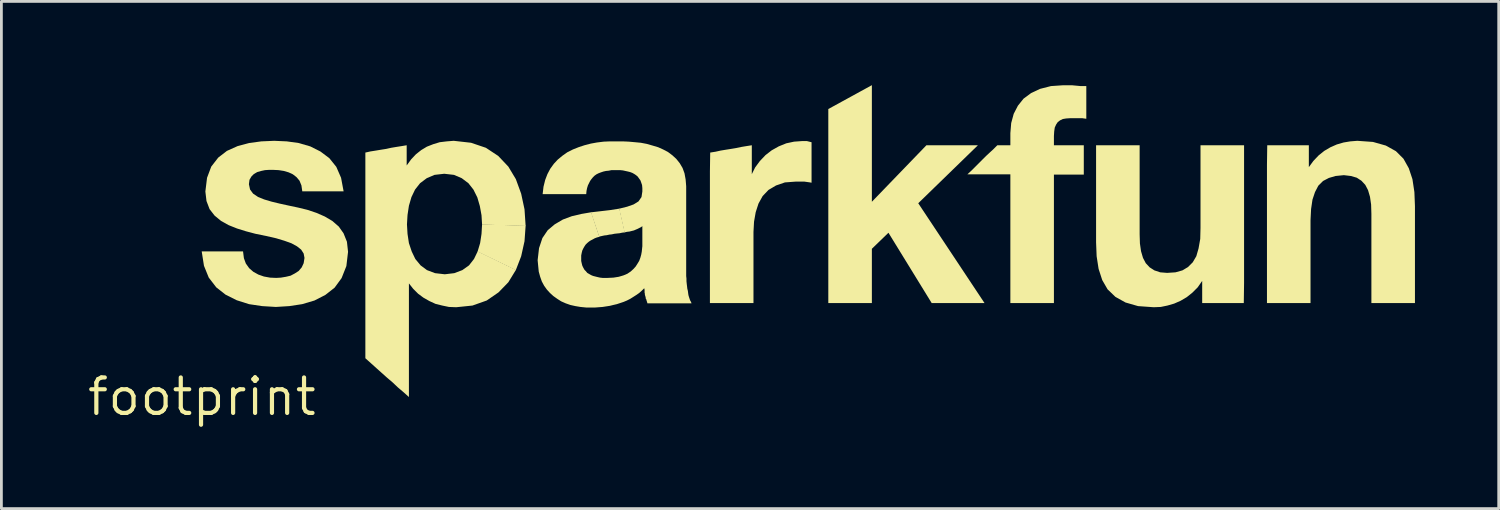
<source format=kicad_pcb>
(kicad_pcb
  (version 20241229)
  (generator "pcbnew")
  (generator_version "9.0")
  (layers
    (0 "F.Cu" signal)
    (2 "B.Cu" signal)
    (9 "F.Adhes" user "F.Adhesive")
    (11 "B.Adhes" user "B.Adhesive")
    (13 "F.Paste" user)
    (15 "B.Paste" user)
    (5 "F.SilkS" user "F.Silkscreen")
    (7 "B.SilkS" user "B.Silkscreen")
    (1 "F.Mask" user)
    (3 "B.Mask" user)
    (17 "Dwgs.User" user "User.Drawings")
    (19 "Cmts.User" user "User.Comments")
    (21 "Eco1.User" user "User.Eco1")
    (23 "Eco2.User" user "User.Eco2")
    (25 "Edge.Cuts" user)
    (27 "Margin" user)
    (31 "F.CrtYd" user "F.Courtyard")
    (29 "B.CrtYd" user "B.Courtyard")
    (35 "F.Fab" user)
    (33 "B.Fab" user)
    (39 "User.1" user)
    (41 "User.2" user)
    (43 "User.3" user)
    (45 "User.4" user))
  (footprint "footprint"
    (layer "F.Cu")
    (at 4.18 11.158)
    (property "Reference" "footprint" (at 0 0 0) (layer "F.SilkS") (effects (font (size 1.27 1.27) (thickness 0.15))))
    (fp_poly (pts (xy 11.595 -6.125) (xy 11.555 -5.569) (xy 11.435 -5.029) (xy 11.243 -4.533) (xy 9.874 -5.197) (xy 9.965 -5.501) (xy 10.015 -5.831) (xy 10.035 -6.175)) (stroke (width 0) (type solid)) (fill yes) (layer "F.SilkS"))
    (fp_poly (pts (xy 23.995 -6.982) (xy 25.948 -9.005) (xy 27.792 -9.005) (xy 25.656 -6.929) (xy 28.029 -3.355) (xy 26.137 -3.355) (xy 24.589 -5.872) (xy 23.995 -5.298) (xy 23.995 -3.355) (xy 22.435 -3.355) (xy 22.435 -10.303) (xy 23.995 -11.158)) (stroke (width 0) (type solid)) (fill yes) (layer "F.SilkS"))
    (fp_poly (pts (xy 14.954 -6.736) (xy 15.146 -5.886) (xy 15.051 -5.875) (xy 14.961 -5.855) (xy 14.86 -5.845) (xy 14.771 -5.835) (xy 14.681 -5.815) (xy 14.591 -5.805) (xy 14.501 -5.785) (xy 14.411 -5.775) (xy 14.321 -5.755) (xy 14.227 -5.734) (xy 13.933 -6.604) (xy 14.289 -6.645) (xy 14.629 -6.685)) (stroke (width 0) (type solid)) (fill yes) (layer "F.SilkS"))
    (fp_poly (pts (xy 21.711 -9.145) (xy 21.791 -9.125) (xy 21.835 -9.114) (xy 21.835 -7.664) (xy 21.779 -7.675) (xy 21.57 -7.705) (xy 21.28 -7.705) (xy 20.881 -7.675) (xy 20.562 -7.565) (xy 20.293 -7.406) (xy 20.084 -7.187) (xy 19.935 -6.918) (xy 19.835 -6.609) (xy 19.775 -6.269) (xy 19.755 -5.9) (xy 19.755 -3.355) (xy 18.195 -3.355) (xy 18.195 -8.07) (xy 18.205 -8.744) (xy 18.399 -8.775) (xy 18.579 -8.815) (xy 18.759 -8.845) (xy 18.949 -8.875) (xy 19.129 -8.905) (xy 19.319 -8.945) (xy 19.499 -8.975) (xy 19.695 -9.006) (xy 19.695 -7.971) (xy 19.816 -8.213) (xy 19.986 -8.443) (xy 20.187 -8.654) (xy 20.407 -8.824) (xy 20.658 -8.965) (xy 20.929 -9.075) (xy 21.209 -9.135) (xy 21.49 -9.155) (xy 21.671 -9.155)) (stroke (width 0) (type solid)) (fill yes) (layer "F.SilkS"))
    (fp_poly (pts (xy 31.26 -11.145) (xy 31.37 -11.135) (xy 31.47 -11.125) (xy 31.675 -11.125) (xy 31.675 -9.954) (xy 31.599 -9.965) (xy 31.53 -9.975) (xy 31.1 -9.975) (xy 30.951 -9.965) (xy 30.832 -9.945) (xy 30.733 -9.896) (xy 30.654 -9.837) (xy 30.594 -9.748) (xy 30.545 -9.639) (xy 30.525 -9.499) (xy 30.515 -9.34) (xy 30.515 -9.005) (xy 31.585 -9.005) (xy 31.585 -7.955) (xy 30.515 -7.955) (xy 30.515 -3.355) (xy 28.955 -3.355) (xy 28.955 -7.965) (xy 27.417 -7.965) (xy 27.567 -8.104) (xy 27.956 -8.494) (xy 28.087 -8.624) (xy 28.227 -8.754) (xy 28.357 -8.874) (xy 28.488 -9.005) (xy 28.955 -9.005) (xy 28.955 -9.44) (xy 28.985 -9.801) (xy 29.075 -10.132) (xy 29.226 -10.423) (xy 29.427 -10.674) (xy 29.697 -10.874) (xy 30.018 -11.025) (xy 30.409 -11.125) (xy 30.85 -11.155) (xy 31.16 -11.155)) (stroke (width 0) (type solid)) (fill yes) (layer "F.SilkS"))
    (fp_poly (pts (xy 33.585 -5.82) (xy 33.595 -5.49) (xy 33.635 -5.211) (xy 33.705 -4.972) (xy 33.804 -4.783) (xy 33.943 -4.634) (xy 34.112 -4.525) (xy 34.321 -4.455) (xy 34.57 -4.435) (xy 34.869 -4.455) (xy 35.118 -4.525) (xy 35.317 -4.644) (xy 35.486 -4.813) (xy 35.615 -5.032) (xy 35.695 -5.311) (xy 35.755 -5.651) (xy 35.765 -6.05) (xy 35.765 -9.005) (xy 37.325 -9.005) (xy 37.325 -4.07) (xy 37.315 -3.355) (xy 35.825 -3.355) (xy 35.825 -4.145) (xy 35.823 -4.145) (xy 35.664 -3.917) (xy 35.473 -3.726) (xy 35.273 -3.566) (xy 35.052 -3.436) (xy 34.822 -3.335) (xy 34.581 -3.265) (xy 34.341 -3.215) (xy 34.09 -3.205) (xy 33.529 -3.245) (xy 33.078 -3.375) (xy 32.717 -3.576) (xy 32.436 -3.847) (xy 32.245 -4.178) (xy 32.115 -4.579) (xy 32.045 -5.03) (xy 32.025 -5.53) (xy 32.025 -9.005) (xy 33.585 -9.005)) (stroke (width 0) (type solid)) (fill yes) (layer "F.SilkS"))
    (fp_poly (pts (xy 41.941 -9.125) (xy 42.402 -8.995) (xy 42.763 -8.794) (xy 43.034 -8.523) (xy 43.225 -8.182) (xy 43.355 -7.791) (xy 43.425 -7.33) (xy 43.445 -6.83) (xy 43.445 -3.355) (xy 41.885 -3.355) (xy 41.885 -6.55) (xy 41.875 -6.88) (xy 41.835 -7.159) (xy 41.765 -7.398) (xy 41.666 -7.587) (xy 41.527 -7.736) (xy 41.358 -7.845) (xy 41.149 -7.905) (xy 40.9 -7.935) (xy 40.601 -7.905) (xy 40.362 -7.835) (xy 40.153 -7.726) (xy 39.984 -7.557) (xy 39.865 -7.328) (xy 39.775 -7.059) (xy 39.725 -6.72) (xy 39.705 -6.32) (xy 39.705 -3.355) (xy 38.145 -3.355) (xy 38.145 -8.3) (xy 38.155 -9.005) (xy 39.645 -9.005) (xy 39.645 -8.225) (xy 39.647 -8.225) (xy 39.806 -8.443) (xy 39.997 -8.644) (xy 40.197 -8.804) (xy 40.418 -8.934) (xy 40.648 -9.035) (xy 40.889 -9.105) (xy 41.129 -9.145) (xy 41.38 -9.165)) (stroke (width 0) (type solid)) (fill yes) (layer "F.SilkS"))
    (fp_poly (pts (xy 9.641 -9.095) (xy 10.172 -8.915) (xy 10.613 -8.624) (xy 10.974 -8.243) (xy 11.245 -7.792) (xy 11.435 -7.271) (xy 11.555 -6.711) (xy 11.595 -6.115) (xy 10.035 -6.165) (xy 10.015 -6.499) (xy 9.955 -6.829) (xy 9.865 -7.138) (xy 9.726 -7.417) (xy 9.546 -7.646) (xy 9.307 -7.826) (xy 9.029 -7.945) (xy 8.68 -7.985) (xy 8.331 -7.945) (xy 8.053 -7.826) (xy 7.814 -7.646) (xy 7.634 -7.417) (xy 7.505 -7.148) (xy 7.415 -6.839) (xy 7.365 -6.509) (xy 7.345 -6.17) (xy 7.365 -5.831) (xy 7.415 -5.501) (xy 7.515 -5.202) (xy 7.644 -4.933) (xy 7.833 -4.704) (xy 8.062 -4.534) (xy 8.351 -4.425) (xy 8.7 -4.385) (xy 9.039 -4.425) (xy 9.328 -4.534) (xy 9.567 -4.704) (xy 9.746 -4.933) (xy 9.878 -5.207) (xy 11.247 -4.542) (xy 10.974 -4.097) (xy 10.623 -3.736) (xy 10.202 -3.446) (xy 9.691 -3.265) (xy 9.11 -3.205) (xy 8.849 -3.215) (xy 8.609 -3.265) (xy 8.368 -3.325) (xy 8.148 -3.426) (xy 7.937 -3.546) (xy 7.747 -3.686) (xy 7.566 -3.867) (xy 7.418 -4.055) (xy 7.415 -4.055) (xy 7.415 0.011) (xy 7.217 -0.166) (xy 7.017 -0.336) (xy 6.827 -0.516) (xy 6.627 -0.686) (xy 6.437 -0.856) (xy 6.247 -1.026) (xy 6.047 -1.206) (xy 5.855 -1.378) (xy 5.855 -8.744) (xy 6.039 -8.785) (xy 6.229 -8.815) (xy 6.409 -8.845) (xy 6.599 -8.875) (xy 6.779 -8.915) (xy 6.959 -8.945) (xy 7.149 -8.975) (xy 7.335 -9.006) (xy 7.335 -8.285) (xy 7.337 -8.285) (xy 7.496 -8.503) (xy 7.667 -8.684) (xy 7.857 -8.834) (xy 8.058 -8.955) (xy 8.288 -9.045) (xy 8.519 -9.115) (xy 8.77 -9.145) (xy 9.02 -9.165)) (stroke (width 0) (type solid)) (fill yes) (layer "F.SilkS"))
    (fp_poly (pts (xy 3.04 -9.145) (xy 3.471 -9.085) (xy 3.882 -8.965) (xy 4.243 -8.784) (xy 4.564 -8.544) (xy 4.814 -8.233) (xy 4.985 -7.841) (xy 5.076 -7.355) (xy 3.596 -7.355) (xy 3.565 -7.569) (xy 3.496 -7.737) (xy 3.387 -7.866) (xy 3.257 -7.966) (xy 3.108 -8.035) (xy 2.939 -8.085) (xy 2.749 -8.115) (xy 2.54 -8.125) (xy 2.41 -8.125) (xy 2.261 -8.115) (xy 2.121 -8.085) (xy 1.982 -8.045) (xy 1.863 -7.976) (xy 1.774 -7.887) (xy 1.705 -7.768) (xy 1.685 -7.61) (xy 1.725 -7.422) (xy 1.834 -7.274) (xy 2.012 -7.154) (xy 2.232 -7.065) (xy 2.501 -6.985) (xy 2.791 -6.915) (xy 3.111 -6.845) (xy 3.441 -6.775) (xy 3.771 -6.695) (xy 4.102 -6.585) (xy 4.402 -6.454) (xy 4.673 -6.294) (xy 4.904 -6.093) (xy 5.074 -5.852) (xy 5.195 -5.551) (xy 5.235 -5.19) (xy 5.175 -4.679) (xy 5.004 -4.248) (xy 4.754 -3.906) (xy 4.423 -3.646) (xy 4.032 -3.445) (xy 3.591 -3.315) (xy 3.131 -3.245) (xy 2.65 -3.215) (xy 2.159 -3.245) (xy 1.689 -3.315) (xy 1.248 -3.455) (xy 0.847 -3.656) (xy 0.516 -3.916) (xy 0.246 -4.267) (xy 0.075 -4.689) (xy -0.006 -5.205) (xy 1.474 -5.205) (xy 1.505 -4.961) (xy 1.574 -4.772) (xy 1.694 -4.603) (xy 1.843 -4.474) (xy 2.022 -4.375) (xy 2.221 -4.305) (xy 2.441 -4.265) (xy 2.66 -4.255) (xy 2.829 -4.265) (xy 3.009 -4.295) (xy 3.178 -4.335) (xy 3.327 -4.414) (xy 3.467 -4.504) (xy 3.576 -4.633) (xy 3.645 -4.781) (xy 3.675 -4.97) (xy 3.645 -5.128) (xy 3.556 -5.267) (xy 3.407 -5.386) (xy 3.208 -5.495) (xy 2.958 -5.585) (xy 2.659 -5.675) (xy 2.309 -5.755) (xy 1.919 -5.835) (xy 1.579 -5.925) (xy 1.258 -6.025) (xy 0.958 -6.145) (xy 0.687 -6.296) (xy 0.456 -6.486) (xy 0.276 -6.718) (xy 0.165 -7.009) (xy 0.125 -7.35) (xy 0.185 -7.841) (xy 0.336 -8.242) (xy 0.586 -8.564) (xy 0.897 -8.804) (xy 1.278 -8.975) (xy 1.689 -9.085) (xy 2.13 -9.145) (xy 2.59 -9.165)) (stroke (width 0) (type solid)) (fill yes) (layer "F.SilkS"))
    (fp_poly (pts (xy 15.29 -9.135) (xy 15.51 -9.115) (xy 15.721 -9.095) (xy 15.931 -9.055) (xy 16.141 -8.995) (xy 16.342 -8.935) (xy 16.522 -8.854) (xy 16.693 -8.764) (xy 16.853 -8.644) (xy 16.994 -8.513) (xy 17.114 -8.363) (xy 17.215 -8.192) (xy 17.285 -8.001) (xy 17.325 -7.781) (xy 17.345 -7.54) (xy 17.345 -4.32) (xy 17.355 -4.23) (xy 17.355 -4.14) (xy 17.365 -4.041) (xy 17.375 -3.961) (xy 17.385 -3.871) (xy 17.405 -3.791) (xy 17.415 -3.711) (xy 17.425 -3.641) (xy 17.445 -3.571) (xy 17.485 -3.452) (xy 17.514 -3.402) (xy 17.537 -3.345) (xy 15.956 -3.345) (xy 15.945 -3.389) (xy 15.935 -3.418) (xy 15.925 -3.449) (xy 15.915 -3.488) (xy 15.895 -3.518) (xy 15.895 -3.549) (xy 15.885 -3.589) (xy 15.875 -3.619) (xy 15.865 -3.659) (xy 15.865 -3.689) (xy 15.855 -3.729) (xy 15.855 -3.829) (xy 15.845 -3.869) (xy 15.845 -3.888) (xy 15.763 -3.806) (xy 15.663 -3.716) (xy 15.563 -3.646) (xy 15.453 -3.576) (xy 15.342 -3.506) (xy 15.222 -3.445) (xy 15.102 -3.395) (xy 14.982 -3.355) (xy 14.861 -3.315) (xy 14.731 -3.285) (xy 14.611 -3.255) (xy 14.481 -3.235) (xy 14.351 -3.215) (xy 14.22 -3.205) (xy 14.09 -3.195) (xy 13.76 -3.195) (xy 13.559 -3.215) (xy 13.379 -3.245) (xy 13.199 -3.285) (xy 13.028 -3.345) (xy 12.868 -3.416) (xy 12.727 -3.506) (xy 12.587 -3.606) (xy 12.466 -3.716) (xy 12.356 -3.837) (xy 12.256 -3.977) (xy 12.175 -4.128) (xy 12.115 -4.298) (xy 12.065 -4.479) (xy 12.045 -4.68) (xy 12.025 -4.89) (xy 12.075 -5.321) (xy 12.195 -5.682) (xy 12.386 -5.963) (xy 12.637 -6.174) (xy 12.928 -6.345) (xy 13.249 -6.465) (xy 13.589 -6.545) (xy 13.943 -6.606) (xy 14.236 -5.726) (xy 14.151 -5.705) (xy 14.072 -5.675) (xy 14.002 -5.636) (xy 13.923 -5.596) (xy 13.863 -5.556) (xy 13.803 -5.506) (xy 13.744 -5.447) (xy 13.704 -5.387) (xy 13.664 -5.318) (xy 13.625 -5.238) (xy 13.605 -5.159) (xy 13.585 -5.06) (xy 13.585 -4.861) (xy 13.605 -4.771) (xy 13.625 -4.692) (xy 13.664 -4.612) (xy 13.704 -4.543) (xy 13.754 -4.493) (xy 13.803 -4.434) (xy 13.942 -4.354) (xy 14.012 -4.325) (xy 14.171 -4.285) (xy 14.261 -4.265) (xy 14.35 -4.255) (xy 14.53 -4.255) (xy 14.739 -4.265) (xy 14.929 -4.295) (xy 15.098 -4.345) (xy 15.238 -4.404) (xy 15.357 -4.484) (xy 15.456 -4.574) (xy 15.536 -4.663) (xy 15.606 -4.773) (xy 15.665 -4.872) (xy 15.705 -4.982) (xy 15.735 -5.091) (xy 15.755 -5.201) (xy 15.765 -5.301) (xy 15.775 -5.39) (xy 15.775 -6.11) (xy 15.733 -6.076) (xy 15.672 -6.046) (xy 15.612 -6.015) (xy 15.542 -5.985) (xy 15.472 -5.955) (xy 15.391 -5.935) (xy 15.311 -5.915) (xy 15.221 -5.905) (xy 15.136 -5.884) (xy 14.944 -6.734) (xy 15.229 -6.805) (xy 15.458 -6.885) (xy 15.636 -6.994) (xy 15.745 -7.152) (xy 15.775 -7.35) (xy 15.775 -7.47) (xy 15.765 -7.579) (xy 15.735 -7.668) (xy 15.706 -7.748) (xy 15.606 -7.887) (xy 15.547 -7.936) (xy 15.487 -7.976) (xy 15.418 -8.015) (xy 15.339 -8.045) (xy 15.259 -8.065) (xy 15.079 -8.105) (xy 14.98 -8.115) (xy 14.67 -8.115) (xy 14.571 -8.095) (xy 14.471 -8.085) (xy 14.381 -8.065) (xy 14.292 -8.035) (xy 14.212 -8.005) (xy 14.133 -7.966) (xy 14.063 -7.916) (xy 14.004 -7.857) (xy 13.954 -7.797) (xy 13.904 -7.727) (xy 13.825 -7.568) (xy 13.795 -7.469) (xy 13.775 -7.369) (xy 13.765 -7.255) (xy 12.204 -7.255) (xy 12.235 -7.521) (xy 12.295 -7.762) (xy 12.375 -7.972) (xy 12.476 -8.163) (xy 12.606 -8.343) (xy 12.747 -8.494) (xy 12.917 -8.634) (xy 13.087 -8.754) (xy 13.288 -8.855) (xy 13.488 -8.935) (xy 13.699 -9.005) (xy 13.929 -9.065) (xy 14.149 -9.105) (xy 14.39 -9.135) (xy 14.62 -9.145) (xy 15.07 -9.145)) (stroke (width 0) (type solid)) (fill yes) (layer "F.SilkS")))
  (gr_rect
    (start -3 -3)
    (end 50.625 15.165)
    (stroke (width 0.1) (type default))
    (fill no)
    (layer "Edge.Cuts")))
</source>
